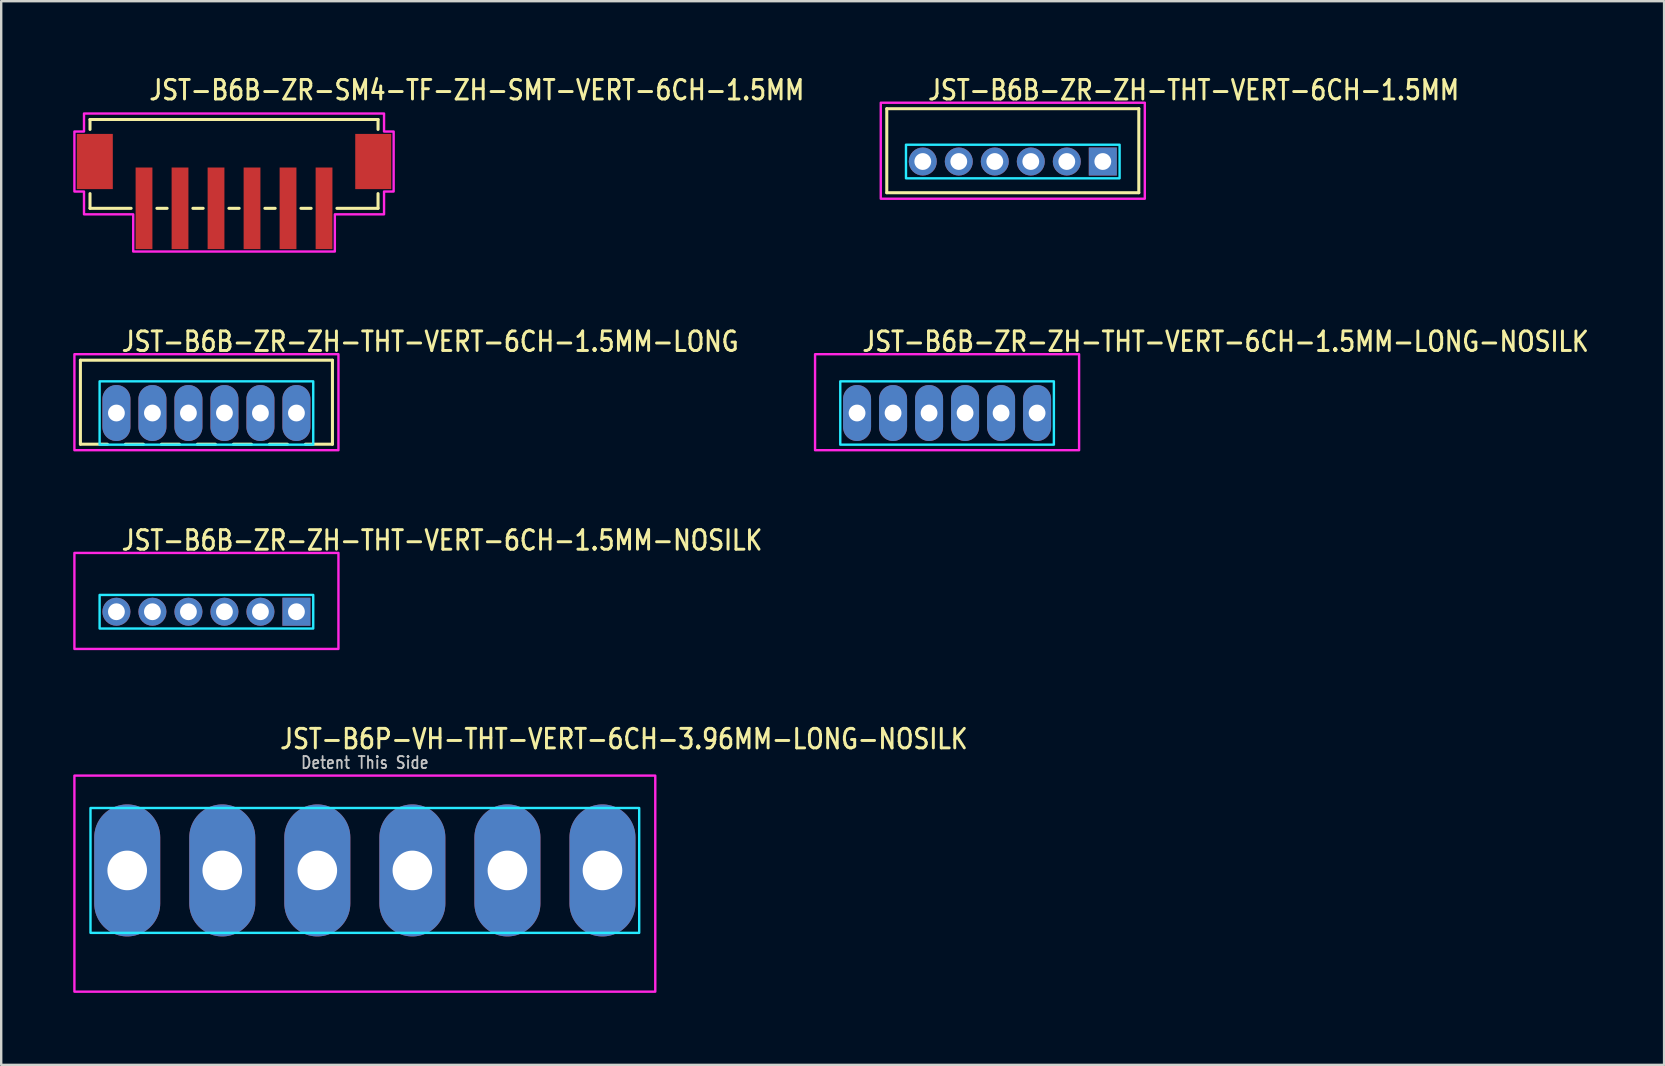
<source format=kicad_pcb>
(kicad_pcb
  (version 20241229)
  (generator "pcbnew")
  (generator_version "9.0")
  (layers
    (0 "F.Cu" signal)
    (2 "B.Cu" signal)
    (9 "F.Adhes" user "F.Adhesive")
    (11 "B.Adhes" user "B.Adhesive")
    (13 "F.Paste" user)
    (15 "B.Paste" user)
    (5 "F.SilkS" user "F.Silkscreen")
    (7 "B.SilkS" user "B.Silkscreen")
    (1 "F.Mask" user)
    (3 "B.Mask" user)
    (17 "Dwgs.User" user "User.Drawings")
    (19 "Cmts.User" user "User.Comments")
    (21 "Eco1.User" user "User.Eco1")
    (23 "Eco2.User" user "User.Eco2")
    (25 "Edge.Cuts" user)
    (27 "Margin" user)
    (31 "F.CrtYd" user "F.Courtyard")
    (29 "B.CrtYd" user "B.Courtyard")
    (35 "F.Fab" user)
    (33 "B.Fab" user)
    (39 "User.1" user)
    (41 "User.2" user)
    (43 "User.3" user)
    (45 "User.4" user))
  (footprint "JST-B6B-ZR-ZH-THT-VERT-6CH-1.5MM-NOSILK"
    (layer "F.Cu")
    (at 5.55 22.436)
    (property "Reference" "JST-B6B-ZR-ZH-THT-VERT-6CH-1.5MM-NOSILK" (at -3.6 -2.5 0) (unlocked yes) (layer "F.SilkS") (effects (font (size 0.813 0.695) (thickness 0.122)) (justify left bottom)))
    (fp_poly (pts (xy -4.45 -0.7) (xy -4.45 0.7) (xy 4.45 0.7) (xy 4.45 -0.7)) (stroke (width 0.1) (type solid)) (fill no) (layer "B.CrtYd"))
    (fp_poly (pts (xy -5.5 -2.45) (xy -5.5 1.55) (xy 5.5 1.55) (xy 5.5 -2.45)) (stroke (width 0.1) (type solid)) (fill no) (layer "F.CrtYd"))
    (pad "1" thru_hole rect (at 3.75 0) (size 1.167 1.167) (drill 0.7) (layers "*.Cu" "*.Mask"))
    (pad "2" thru_hole oval (at 2.25 0) (size 1.167 1.167) (drill 0.7) (layers "*.Cu" "*.Mask"))
    (pad "3" thru_hole oval (at 0.75 0) (size 1.167 1.167) (drill 0.7) (layers "*.Cu" "*.Mask"))
    (pad "4" thru_hole oval (at -0.75 0) (size 1.167 1.167) (drill 0.7) (layers "*.Cu" "*.Mask"))
    (pad "5" thru_hole oval (at -2.25 0) (size 1.167 1.167) (drill 0.7) (layers "*.Cu" "*.Mask"))
    (pad "6" thru_hole oval (at -3.75 0) (size 1.167 1.167) (drill 0.7) (layers "*.Cu" "*.Mask")))
  (footprint "JST-B6B-ZR-ZH-THT-VERT-6CH-1.5MM"
    (layer "F.Cu")
    (at 39.145 3.679)
    (property "Reference" "JST-B6B-ZR-ZH-THT-VERT-6CH-1.5MM" (at -3.6 -2.5 0) (unlocked yes) (layer "F.SilkS") (effects (font (size 0.813 0.695) (thickness 0.122)) (justify left bottom)))
    (fp_line (start -5.25 -2.2) (end 5.25 -2.2) (stroke (width 0.127) (type solid)) (layer "F.SilkS"))
    (fp_line (start -5.25 1.3) (end -5.25 -2.2) (stroke (width 0.127) (type solid)) (layer "F.SilkS"))
    (fp_line (start -5.25 1.3) (end 5.25 1.3) (stroke (width 0.127) (type solid)) (layer "F.SilkS"))
    (fp_line (start 5.25 -2.2) (end 5.25 1.3) (stroke (width 0.127) (type solid)) (layer "F.SilkS"))
    (fp_poly (pts (xy -4.45 -0.7) (xy -4.45 0.7) (xy 4.45 0.7) (xy 4.45 -0.7)) (stroke (width 0.1) (type solid)) (fill no) (layer "B.CrtYd"))
    (fp_poly (pts (xy -5.5 -2.45) (xy -5.5 1.55) (xy 5.5 1.55) (xy 5.5 -2.45)) (stroke (width 0.1) (type solid)) (fill no) (layer "F.CrtYd"))
    (pad "1" thru_hole rect (at 3.75 0) (size 1.167 1.167) (drill 0.7) (layers "*.Cu" "*.Mask"))
    (pad "2" thru_hole oval (at 2.25 0) (size 1.167 1.167) (drill 0.7) (layers "*.Cu" "*.Mask"))
    (pad "3" thru_hole oval (at 0.75 0) (size 1.167 1.167) (drill 0.7) (layers "*.Cu" "*.Mask"))
    (pad "4" thru_hole oval (at -0.75 0) (size 1.167 1.167) (drill 0.7) (layers "*.Cu" "*.Mask"))
    (pad "5" thru_hole oval (at -2.25 0) (size 1.167 1.167) (drill 0.7) (layers "*.Cu" "*.Mask"))
    (pad "6" thru_hole oval (at -3.75 0) (size 1.167 1.167) (drill 0.7) (layers "*.Cu" "*.Mask")))
  (footprint "JST-B6P-VH-THT-VERT-6CH-3.96MM-LONG-NOSILK"
    (layer "F.Cu")
    (at 12.15 33.214)
    (property "Reference" "JST-B6P-VH-THT-VERT-6CH-3.96MM-LONG-NOSILK" (at -3.6 -5 0) (unlocked yes) (layer "F.SilkS") (effects (font (size 0.813 0.695) (thickness 0.122)) (justify left bottom)))
    (fp_poly (pts (xy -11.43 -2.6) (xy -11.43 2.6) (xy 11.43 2.6) (xy 11.43 -2.6)) (stroke (width 0.1) (type solid)) (fill no) (layer "B.CrtYd"))
    (fp_poly (pts (xy -12.1 -3.95) (xy -12.1 5.05) (xy 12.1 5.05) (xy 12.1 -3.95)) (stroke (width 0.1) (type solid)) (fill no) (layer "F.CrtYd"))
    (fp_text user "Detent This Side" (at 0 -4.2 0) (unlocked yes) (layer "Dwgs.User") (effects (font (size 0.5 0.427) (thickness 0.075)) (justify bottom)))
    (pad "1" thru_hole oval (at -9.9 0 90) (size 5.5 2.75) (drill 1.65) (layers "*.Cu" "*.Mask"))
    (pad "2" thru_hole oval (at -5.94 0 90) (size 5.5 2.75) (drill 1.65) (layers "*.Cu" "*.Mask"))
    (pad "3" thru_hole oval (at -1.98 0 90) (size 5.5 2.75) (drill 1.65) (layers "*.Cu" "*.Mask"))
    (pad "4" thru_hole oval (at 1.98 0 90) (size 5.5 2.75) (drill 1.65) (layers "*.Cu" "*.Mask"))
    (pad "5" thru_hole oval (at 5.94 0 90) (size 5.5 2.75) (drill 1.65) (layers "*.Cu" "*.Mask"))
    (pad "6" thru_hole oval (at 9.9 0 90) (size 5.5 2.75) (drill 1.65) (layers "*.Cu" "*.Mask")))
  (footprint "JST-B6B-ZR-ZH-THT-VERT-6CH-1.5MM-LONG"
    (layer "F.Cu")
    (at 5.55 14.157)
    (property "Reference" "JST-B6B-ZR-ZH-THT-VERT-6CH-1.5MM-LONG" (at -3.6 -2.5 0) (unlocked yes) (layer "F.SilkS") (effects (font (size 0.813 0.695) (thickness 0.122)) (justify left bottom)))
    (fp_line (start -5.25 -2.2) (end 5.25 -2.2) (stroke (width 0.127) (type solid)) (layer "F.SilkS"))
    (fp_line (start -5.25 1.3) (end -5.25 -2.2) (stroke (width 0.127) (type solid)) (layer "F.SilkS"))
    (fp_line (start -5.25 1.3) (end -4.125 1.3) (stroke (width 0.127) (type solid)) (layer "F.SilkS"))
    (fp_line (start -3.375 1.3) (end -2.625 1.3) (stroke (width 0.127) (type solid)) (layer "F.SilkS"))
    (fp_line (start -1.875 1.3) (end -1.125 1.3) (stroke (width 0.127) (type solid)) (layer "F.SilkS"))
    (fp_line (start -0.375 1.3) (end 0.375 1.3) (stroke (width 0.127) (type solid)) (layer "F.SilkS"))
    (fp_line (start 1.125 1.3) (end 1.875 1.3) (stroke (width 0.127) (type solid)) (layer "F.SilkS"))
    (fp_line (start 2.625 1.3) (end 3.375 1.3) (stroke (width 0.127) (type solid)) (layer "F.SilkS"))
    (fp_line (start 4.125 1.3) (end 5.25 1.3) (stroke (width 0.127) (type solid)) (layer "F.SilkS"))
    (fp_line (start 5.25 -2.2) (end 5.25 1.3) (stroke (width 0.127) (type solid)) (layer "F.SilkS"))
    (fp_poly (pts (xy -4.45 -1.32) (xy -4.45 1.32) (xy 4.45 1.32) (xy 4.45 -1.32)) (stroke (width 0.1) (type solid)) (fill no) (layer "B.CrtYd"))
    (fp_poly (pts (xy -5.5 -2.45) (xy -5.5 1.55) (xy 5.5 1.55) (xy 5.5 -2.45)) (stroke (width 0.1) (type solid)) (fill no) (layer "F.CrtYd"))
    (pad "1" thru_hole oval (at 3.75 0 90) (size 2.333 1.167) (drill 0.7) (layers "*.Cu" "*.Mask"))
    (pad "2" thru_hole oval (at 2.25 0 90) (size 2.333 1.167) (drill 0.7) (layers "*.Cu" "*.Mask"))
    (pad "3" thru_hole oval (at 0.75 0 90) (size 2.333 1.167) (drill 0.7) (layers "*.Cu" "*.Mask"))
    (pad "4" thru_hole oval (at -0.75 0 90) (size 2.333 1.167) (drill 0.7) (layers "*.Cu" "*.Mask"))
    (pad "5" thru_hole oval (at -2.25 0 90) (size 2.333 1.167) (drill 0.7) (layers "*.Cu" "*.Mask"))
    (pad "6" thru_hole oval (at -3.75 0 90) (size 2.333 1.167) (drill 0.7) (layers "*.Cu" "*.Mask")))
  (footprint "JST-B6B-ZR-ZH-THT-VERT-6CH-1.5MM-LONG-NOSILK"
    (layer "F.Cu")
    (at 36.407 14.157)
    (property "Reference" "JST-B6B-ZR-ZH-THT-VERT-6CH-1.5MM-LONG-NOSILK" (at -3.6 -2.5 0) (unlocked yes) (layer "F.SilkS") (effects (font (size 0.813 0.695) (thickness 0.122)) (justify left bottom)))
    (fp_poly (pts (xy -4.45 -1.32) (xy -4.45 1.32) (xy 4.45 1.32) (xy 4.45 -1.32)) (stroke (width 0.1) (type solid)) (fill no) (layer "B.CrtYd"))
    (fp_poly (pts (xy -5.5 -2.45) (xy -5.5 1.55) (xy 5.5 1.55) (xy 5.5 -2.45)) (stroke (width 0.1) (type solid)) (fill no) (layer "F.CrtYd"))
    (pad "1" thru_hole oval (at 3.75 0 90) (size 2.333 1.167) (drill 0.7) (layers "*.Cu" "*.Mask"))
    (pad "2" thru_hole oval (at 2.25 0 90) (size 2.333 1.167) (drill 0.7) (layers "*.Cu" "*.Mask"))
    (pad "3" thru_hole oval (at 0.75 0 90) (size 2.333 1.167) (drill 0.7) (layers "*.Cu" "*.Mask"))
    (pad "4" thru_hole oval (at -0.75 0 90) (size 2.333 1.167) (drill 0.7) (layers "*.Cu" "*.Mask"))
    (pad "5" thru_hole oval (at -2.25 0 90) (size 2.333 1.167) (drill 0.7) (layers "*.Cu" "*.Mask"))
    (pad "6" thru_hole oval (at -3.75 0 90) (size 2.333 1.167) (drill 0.7) (layers "*.Cu" "*.Mask")))
  (footprint "JST-B6B-ZR-SM4-TF-ZH-SMT-VERT-6CH-1.5MM"
    (layer "F.Cu")
    (at 6.7 3.679)
    (property "Reference" "JST-B6B-ZR-SM4-TF-ZH-SMT-VERT-6CH-1.5MM" (at -3.6 -2.5 0) (unlocked yes) (layer "F.SilkS") (effects (font (size 0.813 0.695) (thickness 0.122)) (justify left bottom)))
    (fp_line (start -6 -1.75) (end -6 -1.337) (stroke (width 0.127) (type solid)) (layer "F.SilkS"))
    (fp_line (start -6 -1.75) (end 6 -1.75) (stroke (width 0.127) (type solid)) (layer "F.SilkS"))
    (fp_line (start -6 1.95) (end -6 1.337) (stroke (width 0.127) (type solid)) (layer "F.SilkS"))
    (fp_line (start -6 1.95) (end -4.287 1.95) (stroke (width 0.127) (type solid)) (layer "F.SilkS"))
    (fp_line (start -3.213 1.95) (end -2.787 1.95) (stroke (width 0.127) (type solid)) (layer "F.SilkS"))
    (fp_line (start -1.714 1.95) (end -1.286 1.95) (stroke (width 0.127) (type solid)) (layer "F.SilkS"))
    (fp_line (start -0.213 1.95) (end 0.213 1.95) (stroke (width 0.127) (type solid)) (layer "F.SilkS"))
    (fp_line (start 1.286 1.95) (end 1.714 1.95) (stroke (width 0.127) (type solid)) (layer "F.SilkS"))
    (fp_line (start 2.787 1.95) (end 3.213 1.95) (stroke (width 0.127) (type solid)) (layer "F.SilkS"))
    (fp_line (start 4.287 1.95) (end 6 1.95) (stroke (width 0.127) (type solid)) (layer "F.SilkS"))
    (fp_line (start 6 -1.337) (end 6 -1.75) (stroke (width 0.127) (type solid)) (layer "F.SilkS"))
    (fp_line (start 6 1.337) (end 6 1.95) (stroke (width 0.127) (type solid)) (layer "F.SilkS"))
    (fp_poly (pts (xy -6.25 -2) (xy -6.25 -1.25) (xy -6.65 -1.25) (xy -6.65 1.25) (xy -6.25 1.25) (xy -6.25 2.2) (xy -4.2 2.2) (xy -4.2 3.75) (xy 4.2 3.75) (xy 4.2 2.2) (xy 6.25 2.2) (xy 6.25 1.25) (xy 6.65 1.25) (xy 6.65 -1.25) (xy 6.25 -1.25) (xy 6.25 -2)) (stroke (width 0.1) (type solid)) (fill no) (layer "F.CrtYd"))
    (pad "1" smd rect (at -3.75 1.95) (size 0.7 3.4) (layers "F.Cu" "F.Mask" "F.Paste"))
    (pad "2" smd rect (at -2.25 1.95) (size 0.7 3.4) (layers "F.Cu" "F.Mask" "F.Paste"))
    (pad "3" smd rect (at -0.75 1.95) (size 0.7 3.4) (layers "F.Cu" "F.Mask" "F.Paste"))
    (pad "4" smd rect (at 0.75 1.95) (size 0.7 3.4) (layers "F.Cu" "F.Mask" "F.Paste"))
    (pad "5" smd rect (at 2.25 1.95) (size 0.7 3.4) (layers "F.Cu" "F.Mask" "F.Paste"))
    (pad "6" smd rect (at 3.75 1.95) (size 0.7 3.4) (layers "F.Cu" "F.Mask" "F.Paste"))
    (pad "S_7" smd rect (at 5.8 0) (size 1.5 2.3) (layers "F.Cu" "F.Mask" "F.Paste"))
    (pad "S_8" smd rect (at -5.8 0) (size 1.5 2.3) (layers "F.Cu" "F.Mask" "F.Paste")))
  (gr_rect
    (start -3 -3)
    (end 66.28 41.314)
    (stroke (width 0.1) (type default))
    (fill no)
    (layer "Edge.Cuts")))
</source>
